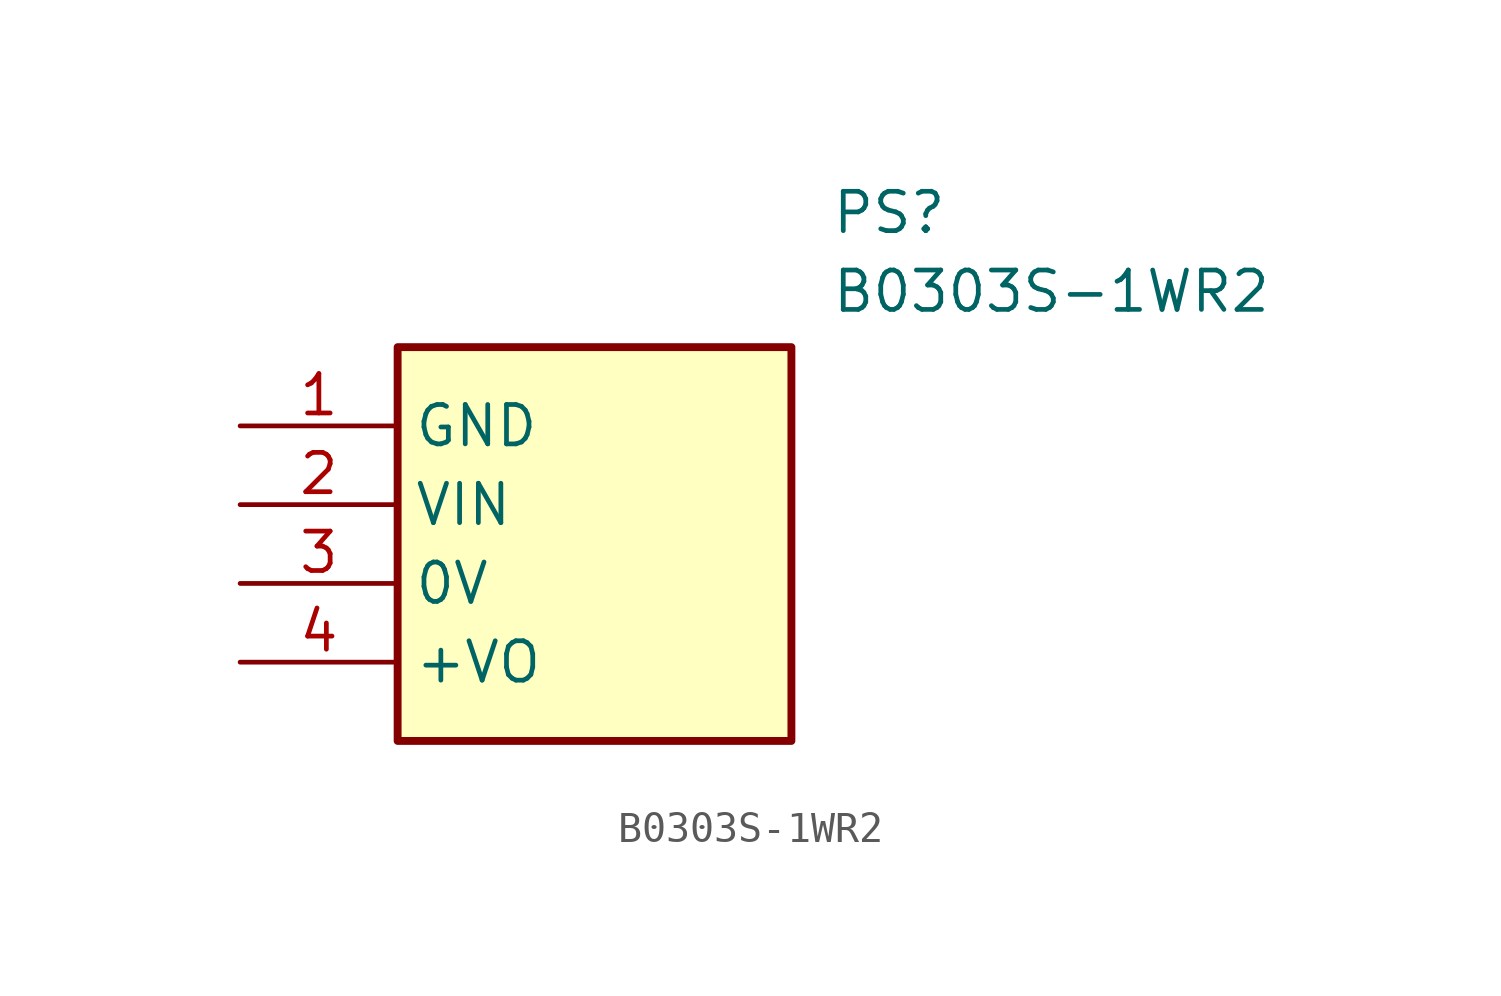
<source format=kicad_sym>
(kicad_symbol_lib
  (version 20211014)
  (generator SamacSys_ECAD_Model)
  (symbol "B0303S-1WR2"
    (property "Reference" "PS"
      (at 19.05 7.62 0)
      (effects (font (size 1.27 1.27)) (justify left top)))
    (property "Value" "B0303S-1WR2"
      (at 19.05 5.08 0)
      (effects (font (size 1.27 1.27)) (justify left top)))
    (rectangle
      (start 5.08 2.54)
      (end 17.78 -10.16)
      (stroke (width 0.254) (type default))
      (fill (type background)))
    (pin passive line
      (at 0 0 0)
      (length 5.08)
      (name "GND" (effects (font (size 1.27 1.27))))
      (number "1" (effects (font (size 1.27 1.27)))))
    (pin passive line
      (at 0 -2.54 0)
      (length 5.08)
      (name "VIN" (effects (font (size 1.27 1.27))))
      (number "2" (effects (font (size 1.27 1.27)))))
    (pin passive line
      (at 0 -5.08 0)
      (length 5.08)
      (name "0V" (effects (font (size 1.27 1.27))))
      (number "3" (effects (font (size 1.27 1.27)))))
    (pin passive line
      (at 0 -7.62 0)
      (length 5.08)
      (name "+VO" (effects (font (size 1.27 1.27))))
      (number "4" (effects (font (size 1.27 1.27)))))))
</source>
